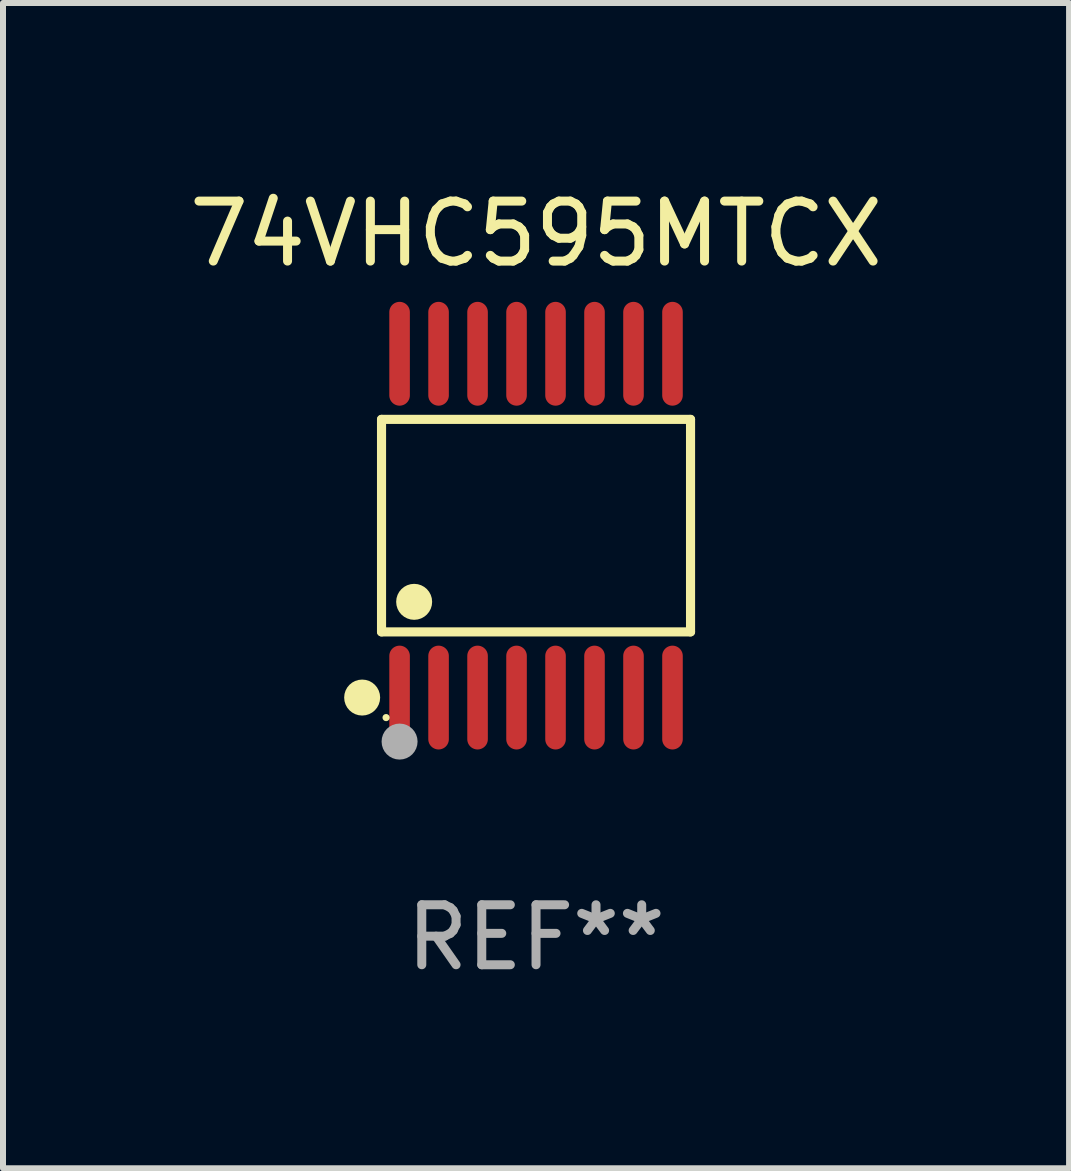
<source format=kicad_pcb>
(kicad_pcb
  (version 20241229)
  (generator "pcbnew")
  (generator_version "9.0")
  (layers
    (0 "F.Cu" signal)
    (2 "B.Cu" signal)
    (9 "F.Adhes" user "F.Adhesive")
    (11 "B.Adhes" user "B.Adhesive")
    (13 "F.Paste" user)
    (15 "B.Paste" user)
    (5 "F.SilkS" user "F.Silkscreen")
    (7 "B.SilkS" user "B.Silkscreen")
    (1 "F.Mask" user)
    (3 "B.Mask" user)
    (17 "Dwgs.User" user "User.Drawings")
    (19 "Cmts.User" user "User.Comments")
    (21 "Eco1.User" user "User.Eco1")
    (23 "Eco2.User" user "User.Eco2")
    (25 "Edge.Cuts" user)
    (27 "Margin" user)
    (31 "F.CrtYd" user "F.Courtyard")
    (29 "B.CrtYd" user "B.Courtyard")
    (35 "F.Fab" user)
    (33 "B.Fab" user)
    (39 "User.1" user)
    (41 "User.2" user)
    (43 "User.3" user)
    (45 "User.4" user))
  (footprint "74VHC595MTCX"
    (layer "F.Cu")
    (at 5.887 5.714)
    (property "Reference" "74VHC595MTCX" (at 0 -4.866 0) (layer "F.SilkS") (effects (font (size 1 1) (thickness 0.15))))
    (attr through_hole)
    (fp_line (start -2.576 -1.772) (end 2.576 -1.772) (stroke (width 0.152) (type solid)) (layer "F.SilkS"))
    (fp_line (start -2.576 1.771) (end -2.576 -1.772) (stroke (width 0.152) (type solid)) (layer "F.SilkS"))
    (fp_line (start 2.576 -1.772) (end 2.576 1.771) (stroke (width 0.152) (type solid)) (layer "F.SilkS"))
    (fp_line (start 2.576 1.771) (end -2.576 1.771) (stroke (width 0.152) (type solid)) (layer "F.SilkS"))
    (fp_circle (center -2.899 2.866) (end -2.749 2.866) (stroke (width 0.3) (type solid)) (fill no) (layer "F.SilkS"))
    (fp_circle (center -2.5 3.2) (end -2.47 3.2) (stroke (width 0.06) (type solid)) (fill no) (layer "F.SilkS"))
    (fp_circle (center -2.032 1.27) (end -1.882 1.27) (stroke (width 0.3) (type solid)) (fill no) (layer "F.SilkS"))
    (fp_circle (center -2.275 3.6) (end -2.125 3.6) (stroke (width 0.3) (type solid)) (fill no) (layer "F.Fab"))
    (fp_text user "REF**" (at 0 6.866 0) (layer "F.Fab") (effects (font (size 1 1) (thickness 0.15))))
    (pad "1" smd oval (at -2.275 2.866) (size 0.343 1.731) (layers "F.Cu" "F.Mask" "F.Paste"))
    (pad "2" smd oval (at -1.625 2.866) (size 0.343 1.731) (layers "F.Cu" "F.Mask" "F.Paste"))
    (pad "3" smd oval (at -0.975 2.866) (size 0.343 1.731) (layers "F.Cu" "F.Mask" "F.Paste"))
    (pad "4" smd oval (at -0.325 2.866) (size 0.343 1.731) (layers "F.Cu" "F.Mask" "F.Paste"))
    (pad "5" smd oval (at 0.325 2.866) (size 0.343 1.731) (layers "F.Cu" "F.Mask" "F.Paste"))
    (pad "6" smd oval (at 0.975 2.866) (size 0.343 1.731) (layers "F.Cu" "F.Mask" "F.Paste"))
    (pad "7" smd oval (at 1.625 2.866) (size 0.343 1.731) (layers "F.Cu" "F.Mask" "F.Paste"))
    (pad "8" smd oval (at 2.275 2.866) (size 0.343 1.731) (layers "F.Cu" "F.Mask" "F.Paste"))
    (pad "9" smd oval (at 2.275 -2.866) (size 0.343 1.731) (layers "F.Cu" "F.Mask" "F.Paste"))
    (pad "10" smd oval (at 1.625 -2.866) (size 0.343 1.731) (layers "F.Cu" "F.Mask" "F.Paste"))
    (pad "11" smd oval (at 0.975 -2.866) (size 0.343 1.731) (layers "F.Cu" "F.Mask" "F.Paste"))
    (pad "12" smd oval (at 0.325 -2.866) (size 0.343 1.731) (layers "F.Cu" "F.Mask" "F.Paste"))
    (pad "13" smd oval (at -0.325 -2.866) (size 0.343 1.731) (layers "F.Cu" "F.Mask" "F.Paste"))
    (pad "14" smd oval (at -0.975 -2.866) (size 0.343 1.731) (layers "F.Cu" "F.Mask" "F.Paste"))
    (pad "15" smd oval (at -1.625 -2.866) (size 0.343 1.731) (layers "F.Cu" "F.Mask" "F.Paste"))
    (pad "16" smd oval (at -2.275 -2.866) (size 0.343 1.731) (layers "F.Cu" "F.Mask" "F.Paste")))
  (gr_rect
    (start -3 -3)
    (end 14.774 16.428)
    (stroke (width 0.1) (type default))
    (fill no)
    (layer "Edge.Cuts")))
</source>
